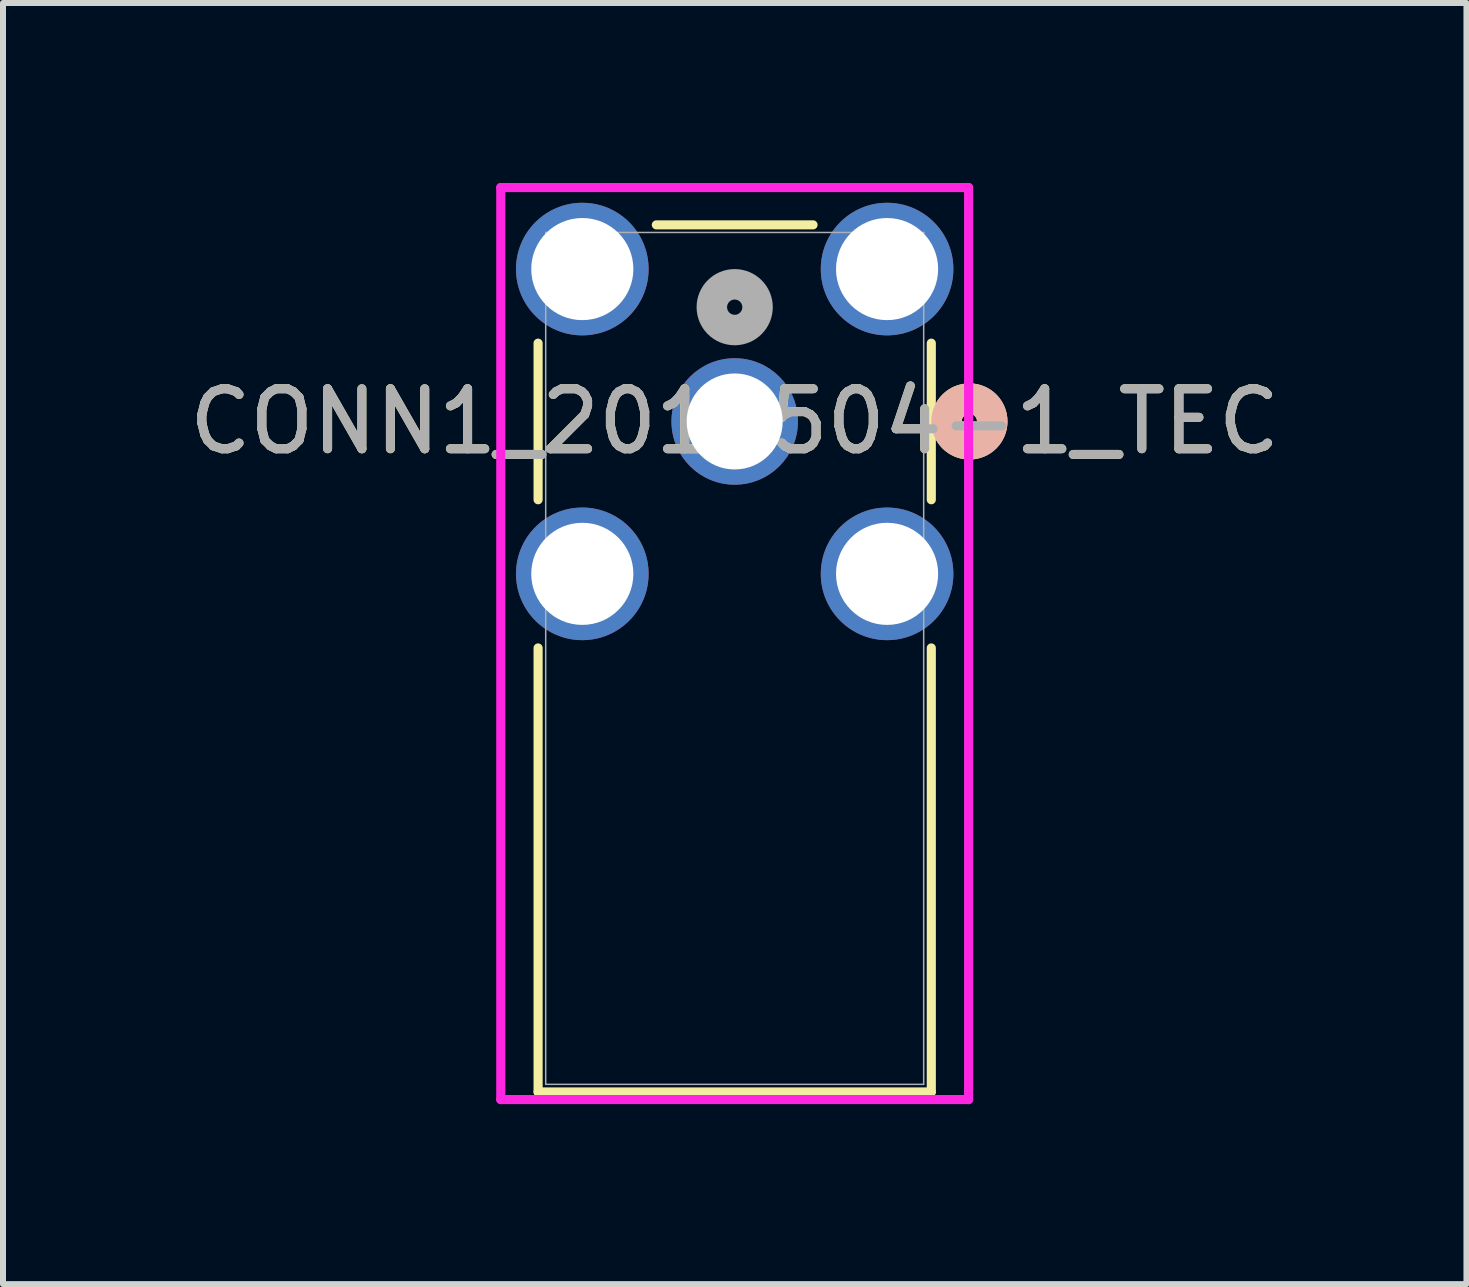
<source format=kicad_pcb>
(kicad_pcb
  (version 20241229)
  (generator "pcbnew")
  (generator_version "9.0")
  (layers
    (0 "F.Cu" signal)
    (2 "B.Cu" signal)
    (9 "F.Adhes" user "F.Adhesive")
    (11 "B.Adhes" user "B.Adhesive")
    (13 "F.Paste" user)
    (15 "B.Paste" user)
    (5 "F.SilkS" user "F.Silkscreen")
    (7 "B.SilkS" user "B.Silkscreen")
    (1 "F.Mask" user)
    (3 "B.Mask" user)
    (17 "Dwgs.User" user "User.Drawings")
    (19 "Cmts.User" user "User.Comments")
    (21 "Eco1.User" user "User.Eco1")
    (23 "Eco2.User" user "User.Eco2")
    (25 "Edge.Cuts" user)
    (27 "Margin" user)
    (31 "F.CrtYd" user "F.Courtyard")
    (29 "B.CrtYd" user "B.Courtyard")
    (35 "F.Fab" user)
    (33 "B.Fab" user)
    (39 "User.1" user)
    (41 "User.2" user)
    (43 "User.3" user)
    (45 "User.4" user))
  (footprint "CONN1_2016504-1_TEC"
    (layer "F.Cu")
    (at 9.196 3.975)
    (property "Reference" "CONN1_2016504-1_TEC" (at 0 0 0) (unlocked yes) (layer "F.SilkS") (effects (font (size 1 1) (thickness 0.15))))
    (attr through_hole)
    (fp_line (start -3.277 -1.305) (end -3.277 1.305) (stroke (width 0.152) (type solid)) (layer "F.SilkS"))
    (fp_line (start -3.277 3.775) (end -3.277 11.176) (stroke (width 0.152) (type solid)) (layer "F.SilkS"))
    (fp_line (start -3.277 11.176) (end 3.277 11.176) (stroke (width 0.152) (type solid)) (layer "F.SilkS"))
    (fp_line (start 1.306 -3.277) (end -1.306 -3.277) (stroke (width 0.152) (type solid)) (layer "F.SilkS"))
    (fp_line (start 3.277 1.305) (end 3.277 -1.305) (stroke (width 0.152) (type solid)) (layer "F.SilkS"))
    (fp_line (start 3.277 11.176) (end 3.277 3.775) (stroke (width 0.152) (type solid)) (layer "F.SilkS"))
    (fp_circle (center 3.912 0) (end 4.293 0) (stroke (width 0.508) (type solid)) (fill no) (layer "F.SilkS"))
    (fp_circle (center 3.912 0) (end 4.293 0) (stroke (width 0.508) (type solid)) (fill no) (layer "B.SilkS"))
    (fp_line (start -3.899 -3.899) (end -3.899 11.303) (stroke (width 0.152) (type solid)) (layer "F.CrtYd"))
    (fp_line (start -3.899 11.303) (end 3.899 11.303) (stroke (width 0.152) (type solid)) (layer "F.CrtYd"))
    (fp_line (start 3.899 -3.899) (end -3.899 -3.899) (stroke (width 0.152) (type solid)) (layer "F.CrtYd"))
    (fp_line (start 3.899 11.303) (end 3.899 -3.899) (stroke (width 0.152) (type solid)) (layer "F.CrtYd"))
    (fp_line (start -3.15 -3.15) (end -3.15 11.049) (stroke (width 0.025) (type solid)) (layer "F.Fab"))
    (fp_line (start -3.15 11.049) (end 3.15 11.049) (stroke (width 0.025) (type solid)) (layer "F.Fab"))
    (fp_line (start 3.15 -3.15) (end -3.15 -3.15) (stroke (width 0.025) (type solid)) (layer "F.Fab"))
    (fp_line (start 3.15 11.049) (end 3.15 -3.15) (stroke (width 0.025) (type solid)) (layer "F.Fab"))
    (fp_circle (center 0 -1.905) (end 0.381 -1.905) (stroke (width 0.508) (type solid)) (fill no) (layer "F.Fab"))
    (fp_text user "${REFERENCE}" (at 0 0 0) (unlocked yes) (layer "F.Fab") (effects (font (size 1 1) (thickness 0.15))))
    (pad "1" thru_hole circle (at 0 0) (size 2.108 2.108) (drill 1.6) (layers "*.Cu" "*.Mask"))
    (pad "2" thru_hole circle (at -2.54 -2.54) (size 2.21 2.21) (drill 1.702) (layers "*.Cu" "*.Mask"))
    (pad "3" thru_hole circle (at 2.54 -2.54) (size 2.21 2.21) (drill 1.702) (layers "*.Cu" "*.Mask"))
    (pad "4" thru_hole circle (at -2.54 2.54) (size 2.21 2.21) (drill 1.702) (layers "*.Cu" "*.Mask"))
    (pad "5" thru_hole circle (at 2.54 2.54) (size 2.21 2.21) (drill 1.702) (layers "*.Cu" "*.Mask")))
  (gr_rect
    (start -3 -3)
    (end 21.393 18.354)
    (stroke (width 0.1) (type default))
    (fill no)
    (layer "Edge.Cuts")))
</source>
